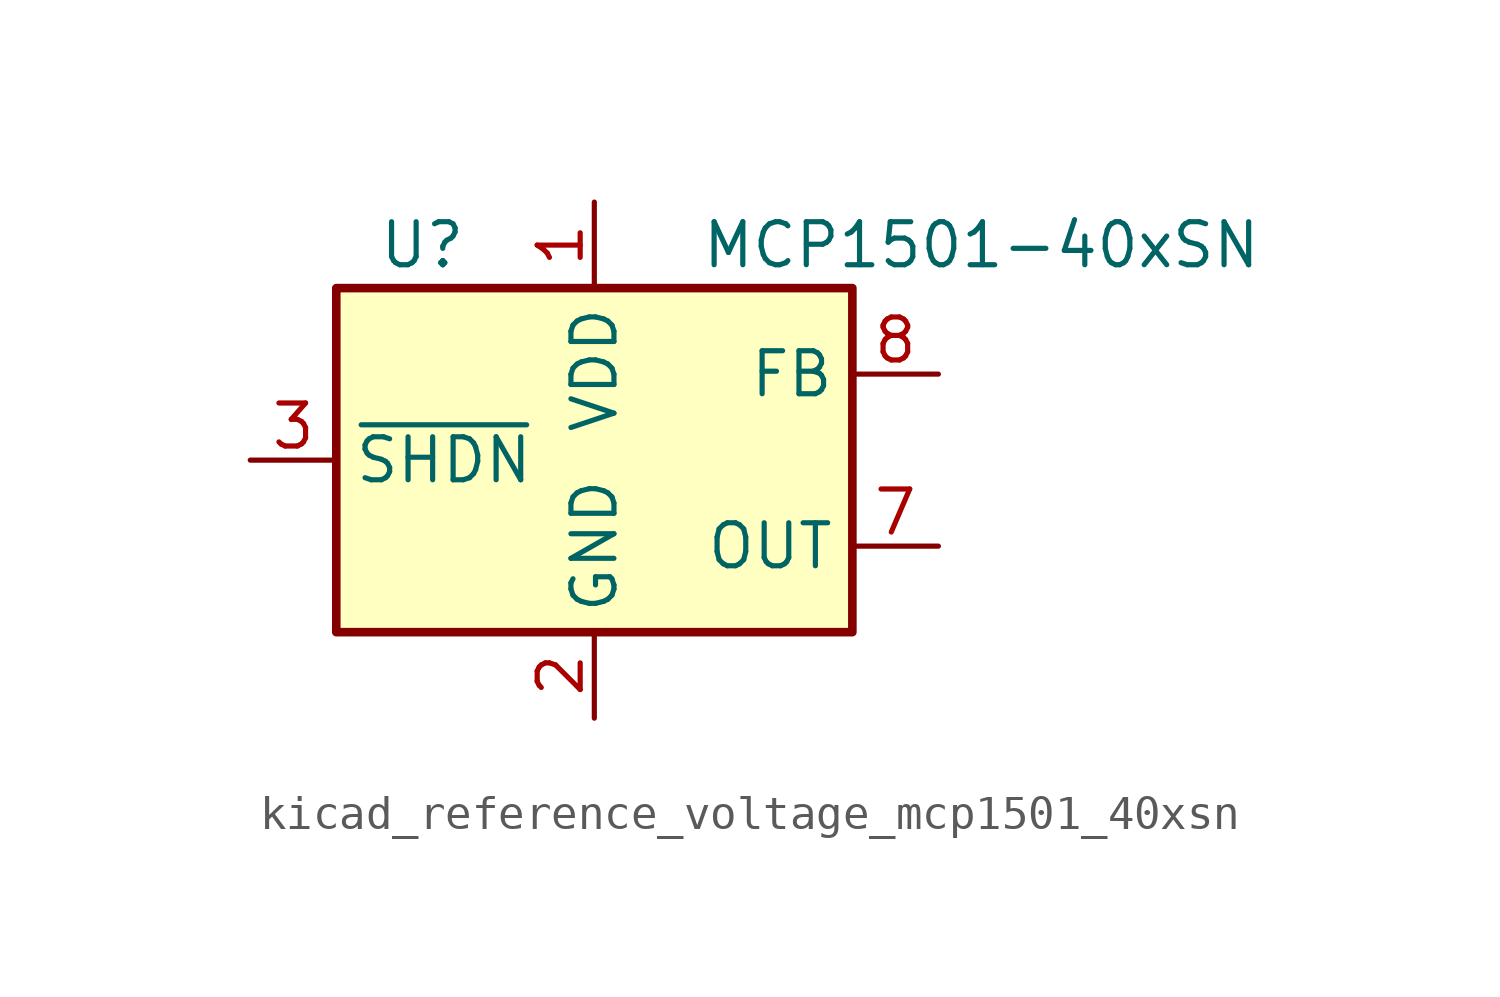
<source format=kicad_sym>
(kicad_symbol_lib
  (version 20220914)
  (generator kicad_symbol_editor)
  (symbol "kicad_reference_voltage_mcp1501_40xsn"
    (property "Reference" "U"
      (at -5.08 6.35 0)
      (effects (font (size 1.27 1.27))))
    (property "Value" "MCP1501-40xSN"
      (at 11.43 6.35 0)
      (effects (font (size 1.27 1.27))))
    (symbol "kicad_reference_voltage_mcp1501_40xsn_0_0"
      (pin power_in line (at 0 7.62 270) (length 2.54) (name "VDD" (effects (font (size 1.27 1.27)))) (number "1" (effects (font (size 1.27 1.27)))))
      (pin power_in line (at 0 -7.62 90) (length 2.54) (name "GND" (effects (font (size 1.27 1.27)))) (number "2" (effects (font (size 1.27 1.27)))))
      (pin input line (at -10.16 0 0) (length 2.54) (name "~{SHDN}" (effects (font (size 1.27 1.27)))) (number "3" (effects (font (size 1.27 1.27)))))
      (pin passive line (at 0 -7.62 90) (length 2.54) hide (name "GND" (effects (font (size 1.27 1.27)))) (number "4" (effects (font (size 1.27 1.27)))))
      (pin passive line (at 0 -7.62 90) (length 2.54) hide (name "GND" (effects (font (size 1.27 1.27)))) (number "5" (effects (font (size 1.27 1.27)))))
      (pin passive line (at 0 -7.62 90) (length 2.54) hide (name "GND" (effects (font (size 1.27 1.27)))) (number "6" (effects (font (size 1.27 1.27)))))
      (pin power_out line (at 10.16 -2.54 180) (length 2.54) (name "OUT" (effects (font (size 1.27 1.27)))) (number "7" (effects (font (size 1.27 1.27)))))
      (pin input line (at 10.16 2.54 180) (length 2.54) (name "FB" (effects (font (size 1.27 1.27)))) (number "8" (effects (font (size 1.27 1.27))))))
    (symbol "kicad_reference_voltage_mcp1501_40xsn_0_1"
      (rectangle (start -7.62 5.08) (end 7.62 -5.08) (stroke (width 0.254) (type default)) (fill (type background))))))
</source>
